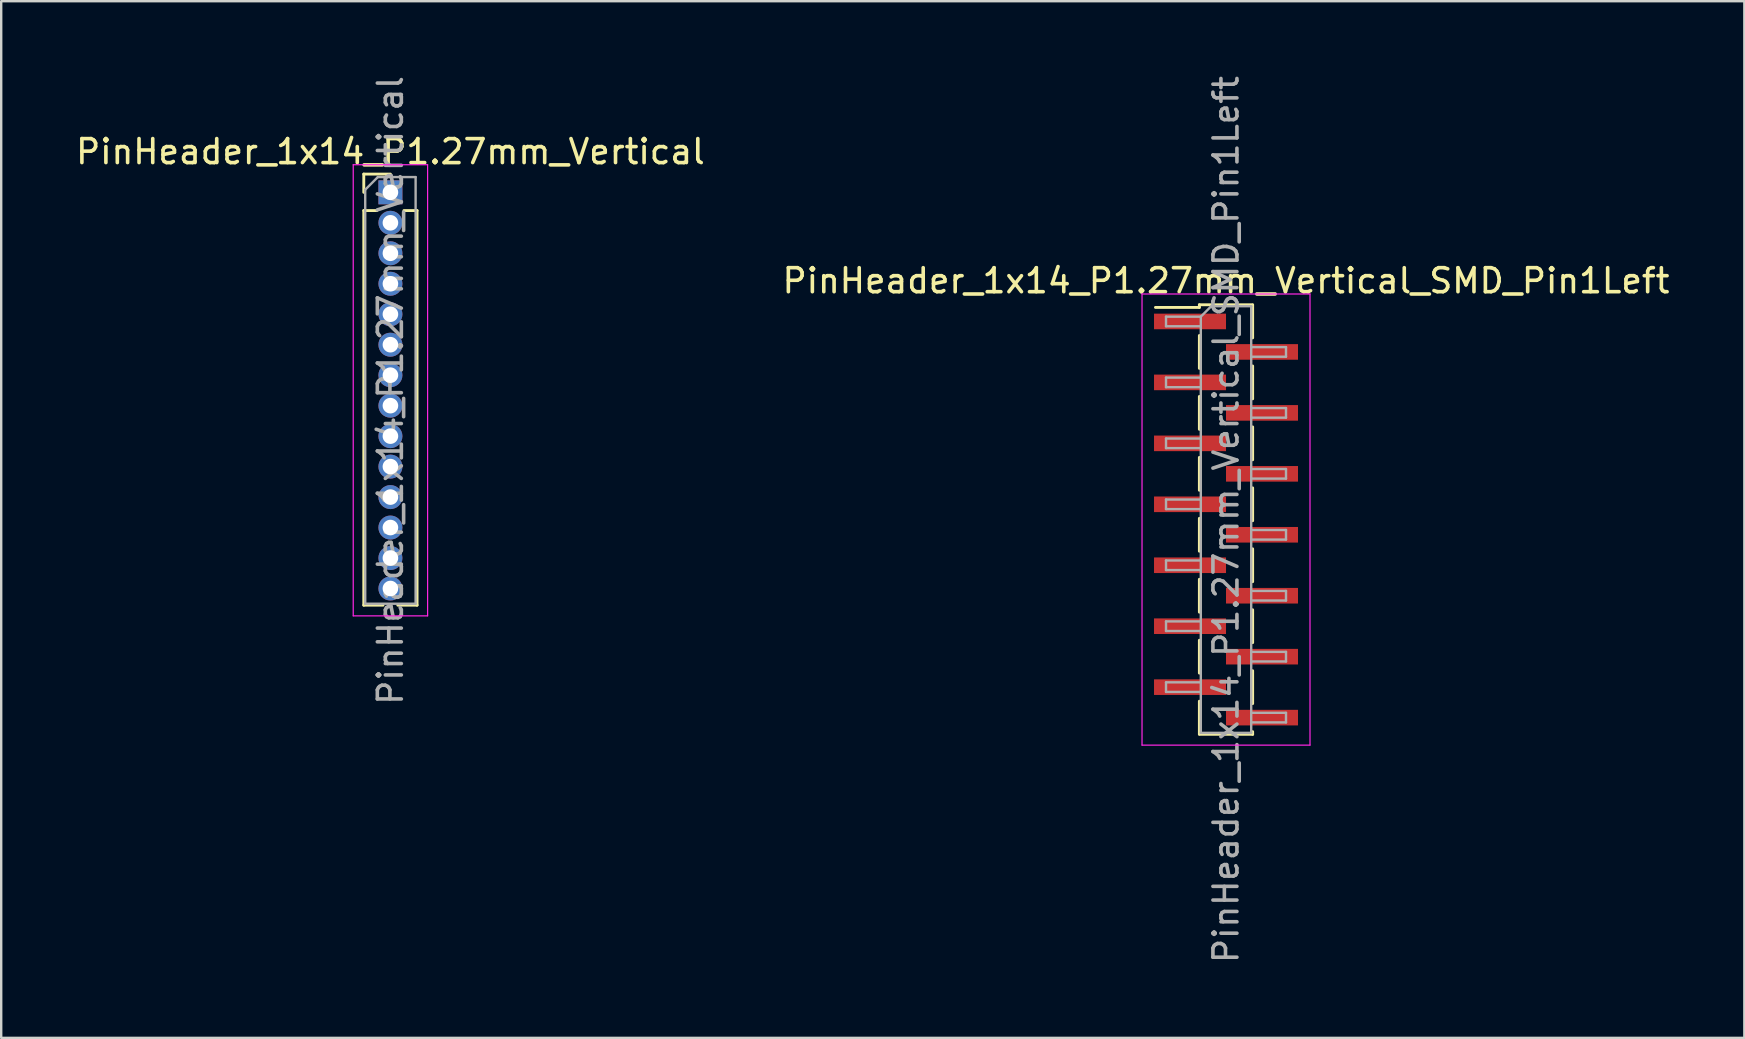
<source format=kicad_pcb>
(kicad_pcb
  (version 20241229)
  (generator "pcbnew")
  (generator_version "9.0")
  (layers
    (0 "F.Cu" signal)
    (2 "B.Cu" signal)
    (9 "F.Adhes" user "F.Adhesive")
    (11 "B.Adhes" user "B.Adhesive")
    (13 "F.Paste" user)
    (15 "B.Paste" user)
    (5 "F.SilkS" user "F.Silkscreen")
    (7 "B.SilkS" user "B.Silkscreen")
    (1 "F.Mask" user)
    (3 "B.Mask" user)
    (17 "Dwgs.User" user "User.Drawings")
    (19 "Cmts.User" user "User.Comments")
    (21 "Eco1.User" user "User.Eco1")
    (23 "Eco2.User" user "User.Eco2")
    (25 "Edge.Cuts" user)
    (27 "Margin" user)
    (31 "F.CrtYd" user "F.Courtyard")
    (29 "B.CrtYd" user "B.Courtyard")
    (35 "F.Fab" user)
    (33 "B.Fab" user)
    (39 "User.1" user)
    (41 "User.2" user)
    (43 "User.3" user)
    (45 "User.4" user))
  (footprint "PinHeader_1x14_P1.27mm_Vertical_SMD_Pin1Left"
    (layer "F.Cu")
    (at 48.042 18.601)
    (property "Reference" "PinHeader_1x14_P1.27mm_Vertical_SMD_Pin1Left" (at 0 -9.95 0) (layer "F.SilkS") (effects (font (size 1 1) (thickness 0.15))))
    (attr smd)
    (fp_line (start -1.11 -8.95) (end -1.11 -8.84) (stroke (width 0.12) (type solid)) (layer "F.SilkS"))
    (fp_line (start -1.11 -8.95) (end 1.11 -8.95) (stroke (width 0.12) (type solid)) (layer "F.SilkS"))
    (fp_line (start -1.11 -8.84) (end -2.94 -8.84) (stroke (width 0.12) (type solid)) (layer "F.SilkS"))
    (fp_line (start -1.11 -7.67) (end -1.11 -6.3) (stroke (width 0.12) (type solid)) (layer "F.SilkS"))
    (fp_line (start -1.11 -5.13) (end -1.11 -3.76) (stroke (width 0.12) (type solid)) (layer "F.SilkS"))
    (fp_line (start -1.11 -2.59) (end -1.11 -1.22) (stroke (width 0.12) (type solid)) (layer "F.SilkS"))
    (fp_line (start -1.11 -0.05) (end -1.11 1.32) (stroke (width 0.12) (type solid)) (layer "F.SilkS"))
    (fp_line (start -1.11 2.49) (end -1.11 3.86) (stroke (width 0.12) (type solid)) (layer "F.SilkS"))
    (fp_line (start -1.11 5.03) (end -1.11 6.4) (stroke (width 0.12) (type solid)) (layer "F.SilkS"))
    (fp_line (start -1.11 7.57) (end -1.11 8.94) (stroke (width 0.12) (type solid)) (layer "F.SilkS"))
    (fp_line (start -1.11 8.95) (end 1.11 8.95) (stroke (width 0.12) (type solid)) (layer "F.SilkS"))
    (fp_line (start 1.11 -8.94) (end 1.11 -7.57) (stroke (width 0.12) (type solid)) (layer "F.SilkS"))
    (fp_line (start 1.11 -6.4) (end 1.11 -5.03) (stroke (width 0.12) (type solid)) (layer "F.SilkS"))
    (fp_line (start 1.11 -3.86) (end 1.11 -2.49) (stroke (width 0.12) (type solid)) (layer "F.SilkS"))
    (fp_line (start 1.11 -1.32) (end 1.11 0.05) (stroke (width 0.12) (type solid)) (layer "F.SilkS"))
    (fp_line (start 1.11 1.22) (end 1.11 2.59) (stroke (width 0.12) (type solid)) (layer "F.SilkS"))
    (fp_line (start 1.11 3.76) (end 1.11 5.13) (stroke (width 0.12) (type solid)) (layer "F.SilkS"))
    (fp_line (start 1.11 6.3) (end 1.11 7.67) (stroke (width 0.12) (type solid)) (layer "F.SilkS"))
    (fp_line (start 1.11 8.84) (end 1.11 8.95) (stroke (width 0.12) (type solid)) (layer "F.SilkS"))
    (fp_line (start -3.5 -9.4) (end -3.5 9.4) (stroke (width 0.05) (type solid)) (layer "F.CrtYd"))
    (fp_line (start -3.5 9.4) (end 3.5 9.4) (stroke (width 0.05) (type solid)) (layer "F.CrtYd"))
    (fp_line (start 3.5 -9.4) (end -3.5 -9.4) (stroke (width 0.05) (type solid)) (layer "F.CrtYd"))
    (fp_line (start 3.5 9.4) (end 3.5 -9.4) (stroke (width 0.05) (type solid)) (layer "F.CrtYd"))
    (fp_line (start -2.5 -8.455) (end -2.5 -8.055) (stroke (width 0.1) (type solid)) (layer "F.Fab"))
    (fp_line (start -2.5 -8.055) (end -1.05 -8.055) (stroke (width 0.1) (type solid)) (layer "F.Fab"))
    (fp_line (start -2.5 -5.915) (end -2.5 -5.515) (stroke (width 0.1) (type solid)) (layer "F.Fab"))
    (fp_line (start -2.5 -5.515) (end -1.05 -5.515) (stroke (width 0.1) (type solid)) (layer "F.Fab"))
    (fp_line (start -2.5 -3.375) (end -2.5 -2.975) (stroke (width 0.1) (type solid)) (layer "F.Fab"))
    (fp_line (start -2.5 -2.975) (end -1.05 -2.975) (stroke (width 0.1) (type solid)) (layer "F.Fab"))
    (fp_line (start -2.5 -0.835) (end -2.5 -0.435) (stroke (width 0.1) (type solid)) (layer "F.Fab"))
    (fp_line (start -2.5 -0.435) (end -1.05 -0.435) (stroke (width 0.1) (type solid)) (layer "F.Fab"))
    (fp_line (start -2.5 1.705) (end -2.5 2.105) (stroke (width 0.1) (type solid)) (layer "F.Fab"))
    (fp_line (start -2.5 2.105) (end -1.05 2.105) (stroke (width 0.1) (type solid)) (layer "F.Fab"))
    (fp_line (start -2.5 4.245) (end -2.5 4.645) (stroke (width 0.1) (type solid)) (layer "F.Fab"))
    (fp_line (start -2.5 4.645) (end -1.05 4.645) (stroke (width 0.1) (type solid)) (layer "F.Fab"))
    (fp_line (start -2.5 6.785) (end -2.5 7.185) (stroke (width 0.1) (type solid)) (layer "F.Fab"))
    (fp_line (start -2.5 7.185) (end -1.05 7.185) (stroke (width 0.1) (type solid)) (layer "F.Fab"))
    (fp_line (start -1.05 -8.455) (end -2.5 -8.455) (stroke (width 0.1) (type solid)) (layer "F.Fab"))
    (fp_line (start -1.05 -8.455) (end -0.615 -8.89) (stroke (width 0.1) (type solid)) (layer "F.Fab"))
    (fp_line (start -1.05 -5.915) (end -2.5 -5.915) (stroke (width 0.1) (type solid)) (layer "F.Fab"))
    (fp_line (start -1.05 -3.375) (end -2.5 -3.375) (stroke (width 0.1) (type solid)) (layer "F.Fab"))
    (fp_line (start -1.05 -0.835) (end -2.5 -0.835) (stroke (width 0.1) (type solid)) (layer "F.Fab"))
    (fp_line (start -1.05 1.705) (end -2.5 1.705) (stroke (width 0.1) (type solid)) (layer "F.Fab"))
    (fp_line (start -1.05 4.245) (end -2.5 4.245) (stroke (width 0.1) (type solid)) (layer "F.Fab"))
    (fp_line (start -1.05 6.785) (end -2.5 6.785) (stroke (width 0.1) (type solid)) (layer "F.Fab"))
    (fp_line (start -1.05 8.89) (end -1.05 -8.455) (stroke (width 0.1) (type solid)) (layer "F.Fab"))
    (fp_line (start -0.615 -8.89) (end 1.05 -8.89) (stroke (width 0.1) (type solid)) (layer "F.Fab"))
    (fp_line (start 1.05 -8.89) (end 1.05 8.89) (stroke (width 0.1) (type solid)) (layer "F.Fab"))
    (fp_line (start 1.05 -7.185) (end 2.5 -7.185) (stroke (width 0.1) (type solid)) (layer "F.Fab"))
    (fp_line (start 1.05 -4.645) (end 2.5 -4.645) (stroke (width 0.1) (type solid)) (layer "F.Fab"))
    (fp_line (start 1.05 -2.105) (end 2.5 -2.105) (stroke (width 0.1) (type solid)) (layer "F.Fab"))
    (fp_line (start 1.05 0.435) (end 2.5 0.435) (stroke (width 0.1) (type solid)) (layer "F.Fab"))
    (fp_line (start 1.05 2.975) (end 2.5 2.975) (stroke (width 0.1) (type solid)) (layer "F.Fab"))
    (fp_line (start 1.05 5.515) (end 2.5 5.515) (stroke (width 0.1) (type solid)) (layer "F.Fab"))
    (fp_line (start 1.05 8.055) (end 2.5 8.055) (stroke (width 0.1) (type solid)) (layer "F.Fab"))
    (fp_line (start 1.05 8.89) (end -1.05 8.89) (stroke (width 0.1) (type solid)) (layer "F.Fab"))
    (fp_line (start 2.5 -7.185) (end 2.5 -6.785) (stroke (width 0.1) (type solid)) (layer "F.Fab"))
    (fp_line (start 2.5 -6.785) (end 1.05 -6.785) (stroke (width 0.1) (type solid)) (layer "F.Fab"))
    (fp_line (start 2.5 -4.645) (end 2.5 -4.245) (stroke (width 0.1) (type solid)) (layer "F.Fab"))
    (fp_line (start 2.5 -4.245) (end 1.05 -4.245) (stroke (width 0.1) (type solid)) (layer "F.Fab"))
    (fp_line (start 2.5 -2.105) (end 2.5 -1.705) (stroke (width 0.1) (type solid)) (layer "F.Fab"))
    (fp_line (start 2.5 -1.705) (end 1.05 -1.705) (stroke (width 0.1) (type solid)) (layer "F.Fab"))
    (fp_line (start 2.5 0.435) (end 2.5 0.835) (stroke (width 0.1) (type solid)) (layer "F.Fab"))
    (fp_line (start 2.5 0.835) (end 1.05 0.835) (stroke (width 0.1) (type solid)) (layer "F.Fab"))
    (fp_line (start 2.5 2.975) (end 2.5 3.375) (stroke (width 0.1) (type solid)) (layer "F.Fab"))
    (fp_line (start 2.5 3.375) (end 1.05 3.375) (stroke (width 0.1) (type solid)) (layer "F.Fab"))
    (fp_line (start 2.5 5.515) (end 2.5 5.915) (stroke (width 0.1) (type solid)) (layer "F.Fab"))
    (fp_line (start 2.5 5.915) (end 1.05 5.915) (stroke (width 0.1) (type solid)) (layer "F.Fab"))
    (fp_line (start 2.5 8.055) (end 2.5 8.455) (stroke (width 0.1) (type solid)) (layer "F.Fab"))
    (fp_line (start 2.5 8.455) (end 1.05 8.455) (stroke (width 0.1) (type solid)) (layer "F.Fab"))
    (fp_text user "${REFERENCE}" (at 0 0 90) (layer "F.Fab") (effects (font (size 1 1) (thickness 0.15))))
    (pad "1" smd rect (at -1.5 -8.255) (size 3 0.65) (layers "F.Cu" "F.Mask" "F.Paste"))
    (pad "2" smd rect (at 1.5 -6.985) (size 3 0.65) (layers "F.Cu" "F.Mask" "F.Paste"))
    (pad "3" smd rect (at -1.5 -5.715) (size 3 0.65) (layers "F.Cu" "F.Mask" "F.Paste"))
    (pad "4" smd rect (at 1.5 -4.445) (size 3 0.65) (layers "F.Cu" "F.Mask" "F.Paste"))
    (pad "5" smd rect (at -1.5 -3.175) (size 3 0.65) (layers "F.Cu" "F.Mask" "F.Paste"))
    (pad "6" smd rect (at 1.5 -1.905) (size 3 0.65) (layers "F.Cu" "F.Mask" "F.Paste"))
    (pad "7" smd rect (at -1.5 -0.635) (size 3 0.65) (layers "F.Cu" "F.Mask" "F.Paste"))
    (pad "8" smd rect (at 1.5 0.635) (size 3 0.65) (layers "F.Cu" "F.Mask" "F.Paste"))
    (pad "9" smd rect (at -1.5 1.905) (size 3 0.65) (layers "F.Cu" "F.Mask" "F.Paste"))
    (pad "10" smd rect (at 1.5 3.175) (size 3 0.65) (layers "F.Cu" "F.Mask" "F.Paste"))
    (pad "11" smd rect (at -1.5 4.445) (size 3 0.65) (layers "F.Cu" "F.Mask" "F.Paste"))
    (pad "12" smd rect (at 1.5 5.715) (size 3 0.65) (layers "F.Cu" "F.Mask" "F.Paste"))
    (pad "13" smd rect (at -1.5 6.985) (size 3 0.65) (layers "F.Cu" "F.Mask" "F.Paste"))
    (pad "14" smd rect (at 1.5 8.255) (size 3 0.65) (layers "F.Cu" "F.Mask" "F.Paste")))
  (footprint "PinHeader_1x14_P1.27mm_Vertical"
    (layer "F.Cu")
    (at 13.22 4.965)
    (property "Reference" "PinHeader_1x14_P1.27mm_Vertical" (at 0 -1.695 0) (layer "F.SilkS") (effects (font (size 1 1) (thickness 0.15))))
    (attr through_hole)
    (fp_line (start -1.11 -0.76) (end 0 -0.76) (stroke (width 0.12) (type solid)) (layer "F.SilkS"))
    (fp_line (start -1.11 0) (end -1.11 -0.76) (stroke (width 0.12) (type solid)) (layer "F.SilkS"))
    (fp_line (start -1.11 0.76) (end -1.11 17.205) (stroke (width 0.12) (type solid)) (layer "F.SilkS"))
    (fp_line (start -1.11 0.76) (end -0.563 0.76) (stroke (width 0.12) (type solid)) (layer "F.SilkS"))
    (fp_line (start -1.11 17.205) (end -0.308 17.205) (stroke (width 0.12) (type solid)) (layer "F.SilkS"))
    (fp_line (start 0.308 17.205) (end 1.11 17.205) (stroke (width 0.12) (type solid)) (layer "F.SilkS"))
    (fp_line (start 0.563 0.76) (end 1.11 0.76) (stroke (width 0.12) (type solid)) (layer "F.SilkS"))
    (fp_line (start 1.11 0.76) (end 1.11 17.205) (stroke (width 0.12) (type solid)) (layer "F.SilkS"))
    (fp_line (start -1.55 -1.15) (end -1.55 17.65) (stroke (width 0.05) (type solid)) (layer "F.CrtYd"))
    (fp_line (start -1.55 17.65) (end 1.55 17.65) (stroke (width 0.05) (type solid)) (layer "F.CrtYd"))
    (fp_line (start 1.55 -1.15) (end -1.55 -1.15) (stroke (width 0.05) (type solid)) (layer "F.CrtYd"))
    (fp_line (start 1.55 17.65) (end 1.55 -1.15) (stroke (width 0.05) (type solid)) (layer "F.CrtYd"))
    (fp_line (start -1.05 -0.11) (end -0.525 -0.635) (stroke (width 0.1) (type solid)) (layer "F.Fab"))
    (fp_line (start -1.05 17.145) (end -1.05 -0.11) (stroke (width 0.1) (type solid)) (layer "F.Fab"))
    (fp_line (start -0.525 -0.635) (end 1.05 -0.635) (stroke (width 0.1) (type solid)) (layer "F.Fab"))
    (fp_line (start 1.05 -0.635) (end 1.05 17.145) (stroke (width 0.1) (type solid)) (layer "F.Fab"))
    (fp_line (start 1.05 17.145) (end -1.05 17.145) (stroke (width 0.1) (type solid)) (layer "F.Fab"))
    (fp_text user "${REFERENCE}" (at 0 8.255 90) (layer "F.Fab") (effects (font (size 1 1) (thickness 0.15))))
    (pad "1" thru_hole rect (at 0 0) (size 1 1) (drill 0.65) (layers "*.Cu" "*.Mask"))
    (pad "2" thru_hole oval (at 0 1.27) (size 1 1) (drill 0.65) (layers "*.Cu" "*.Mask"))
    (pad "3" thru_hole oval (at 0 2.54) (size 1 1) (drill 0.65) (layers "*.Cu" "*.Mask"))
    (pad "4" thru_hole oval (at 0 3.81) (size 1 1) (drill 0.65) (layers "*.Cu" "*.Mask"))
    (pad "5" thru_hole oval (at 0 5.08) (size 1 1) (drill 0.65) (layers "*.Cu" "*.Mask"))
    (pad "6" thru_hole oval (at 0 6.35) (size 1 1) (drill 0.65) (layers "*.Cu" "*.Mask"))
    (pad "7" thru_hole oval (at 0 7.62) (size 1 1) (drill 0.65) (layers "*.Cu" "*.Mask"))
    (pad "8" thru_hole oval (at 0 8.89) (size 1 1) (drill 0.65) (layers "*.Cu" "*.Mask"))
    (pad "9" thru_hole oval (at 0 10.16) (size 1 1) (drill 0.65) (layers "*.Cu" "*.Mask"))
    (pad "10" thru_hole oval (at 0 11.43) (size 1 1) (drill 0.65) (layers "*.Cu" "*.Mask"))
    (pad "11" thru_hole oval (at 0 12.7) (size 1 1) (drill 0.65) (layers "*.Cu" "*.Mask"))
    (pad "12" thru_hole oval (at 0 13.97) (size 1 1) (drill 0.65) (layers "*.Cu" "*.Mask"))
    (pad "13" thru_hole oval (at 0 15.24) (size 1 1) (drill 0.65) (layers "*.Cu" "*.Mask"))
    (pad "14" thru_hole oval (at 0 16.51) (size 1 1) (drill 0.65) (layers "*.Cu" "*.Mask")))
  (gr_rect
    (start -3 -3)
    (end 69.643 40.202)
    (stroke (width 0.1) (type default))
    (fill no)
    (layer "Edge.Cuts")))
</source>
